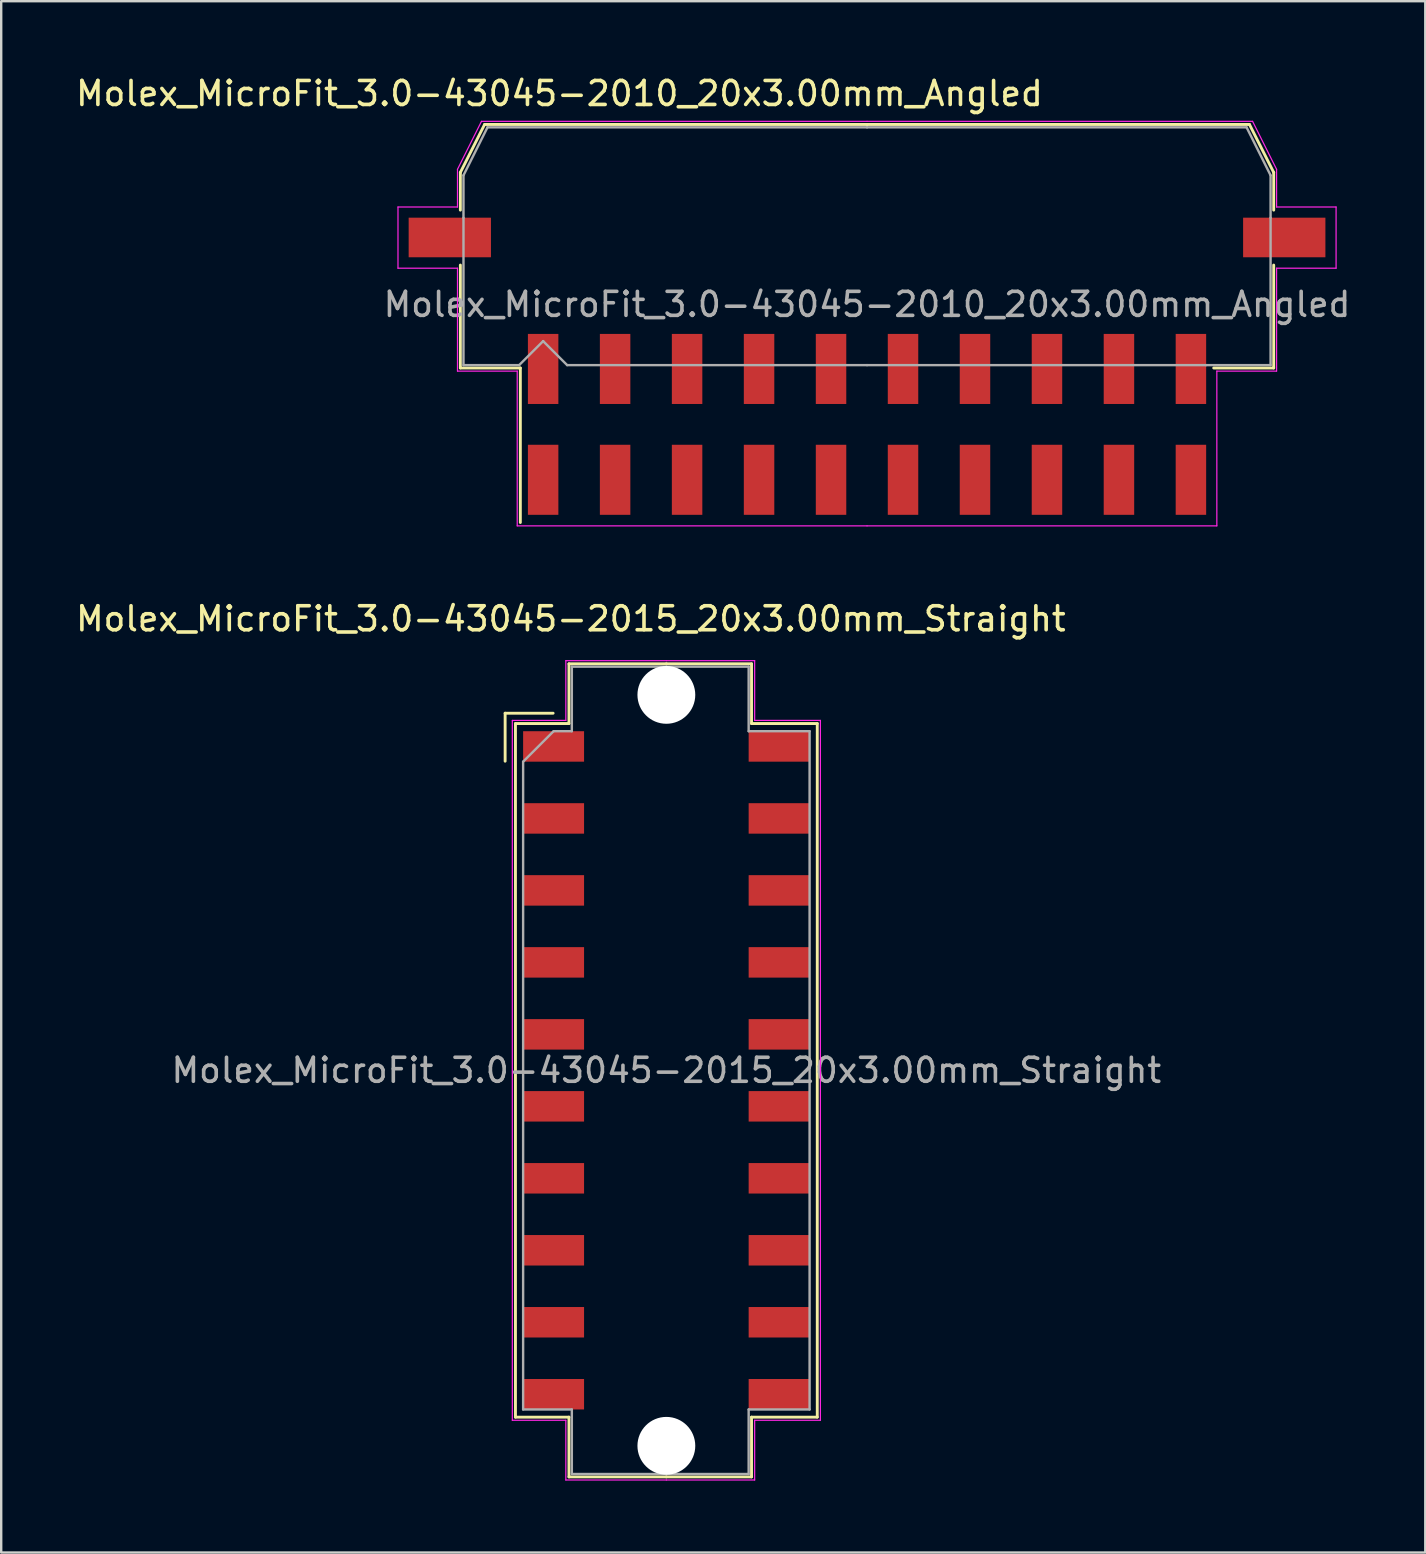
<source format=kicad_pcb>
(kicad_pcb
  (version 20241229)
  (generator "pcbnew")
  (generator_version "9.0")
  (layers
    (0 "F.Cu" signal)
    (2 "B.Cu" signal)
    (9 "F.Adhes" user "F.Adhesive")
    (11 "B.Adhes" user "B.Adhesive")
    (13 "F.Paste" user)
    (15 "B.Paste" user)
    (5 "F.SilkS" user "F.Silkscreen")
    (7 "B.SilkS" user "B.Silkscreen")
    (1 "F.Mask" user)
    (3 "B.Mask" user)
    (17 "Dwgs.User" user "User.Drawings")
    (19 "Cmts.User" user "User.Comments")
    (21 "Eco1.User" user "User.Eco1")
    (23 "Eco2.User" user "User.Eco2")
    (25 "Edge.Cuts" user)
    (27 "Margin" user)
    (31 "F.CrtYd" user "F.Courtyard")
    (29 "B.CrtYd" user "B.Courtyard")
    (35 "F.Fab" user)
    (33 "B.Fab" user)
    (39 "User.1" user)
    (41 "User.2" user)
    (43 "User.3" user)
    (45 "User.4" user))
  (footprint "Molex_MicroFit_3.0-43045-2010_20x3.00mm_Angled"
    (layer "F.Cu")
    (at 33.088 14.638)
    (property "Reference" "Molex_MicroFit_3.0-43045-2010_20x3.00mm_Angled" (at -12.82 -13.79 0) (layer "F.SilkS") (effects (font (size 1 1) (thickness 0.15))))
    (attr smd)
    (fp_line (start -16.95 -10.5) (end -16.95 -8.93) (stroke (width 0.12) (type solid)) (layer "F.SilkS"))
    (fp_line (start -16.95 -6.64) (end -16.95 -2.35) (stroke (width 0.12) (type solid)) (layer "F.SilkS"))
    (fp_line (start -16.95 -2.35) (end -14.45 -2.35) (stroke (width 0.12) (type solid)) (layer "F.SilkS"))
    (fp_line (start -15.94 -12.5) (end -16.95 -10.5) (stroke (width 0.12) (type solid)) (layer "F.SilkS"))
    (fp_line (start -14.45 -2.35) (end -14.45 4.09) (stroke (width 0.12) (type solid)) (layer "F.SilkS"))
    (fp_line (start 0 -12.5) (end -15.94 -12.5) (stroke (width 0.12) (type solid)) (layer "F.SilkS"))
    (fp_line (start 0 -12.5) (end 15.94 -12.5) (stroke (width 0.12) (type solid)) (layer "F.SilkS"))
    (fp_line (start 15.94 -12.5) (end 16.95 -10.5) (stroke (width 0.12) (type solid)) (layer "F.SilkS"))
    (fp_line (start 16.95 -10.5) (end 16.95 -8.93) (stroke (width 0.12) (type solid)) (layer "F.SilkS"))
    (fp_line (start 16.95 -6.64) (end 16.95 -2.35) (stroke (width 0.12) (type solid)) (layer "F.SilkS"))
    (fp_line (start 16.95 -2.35) (end 14.45 -2.35) (stroke (width 0.12) (type solid)) (layer "F.SilkS"))
    (fp_line (start -19.55 -9.06) (end -19.55 -6.51) (stroke (width 0.05) (type solid)) (layer "F.CrtYd"))
    (fp_line (start -19.55 -6.51) (end -17.07 -6.51) (stroke (width 0.05) (type solid)) (layer "F.CrtYd"))
    (fp_line (start -17.07 -10.63) (end -17.07 -9.06) (stroke (width 0.05) (type solid)) (layer "F.CrtYd"))
    (fp_line (start -17.07 -9.06) (end -19.55 -9.06) (stroke (width 0.05) (type solid)) (layer "F.CrtYd"))
    (fp_line (start -17.07 -6.51) (end -17.07 -2.22) (stroke (width 0.05) (type solid)) (layer "F.CrtYd"))
    (fp_line (start -17.07 -2.22) (end -14.58 -2.22) (stroke (width 0.05) (type solid)) (layer "F.CrtYd"))
    (fp_line (start -16.07 -12.63) (end -17.07 -10.63) (stroke (width 0.05) (type solid)) (layer "F.CrtYd"))
    (fp_line (start -14.58 -2.22) (end -14.58 4.23) (stroke (width 0.05) (type solid)) (layer "F.CrtYd"))
    (fp_line (start -14.58 4.23) (end 0 4.23) (stroke (width 0.05) (type solid)) (layer "F.CrtYd"))
    (fp_line (start 0 -12.63) (end -16.07 -12.63) (stroke (width 0.05) (type solid)) (layer "F.CrtYd"))
    (fp_line (start 0 -12.63) (end 16.07 -12.63) (stroke (width 0.05) (type solid)) (layer "F.CrtYd"))
    (fp_line (start 14.58 -2.22) (end 14.58 4.23) (stroke (width 0.05) (type solid)) (layer "F.CrtYd"))
    (fp_line (start 14.58 4.23) (end 0 4.23) (stroke (width 0.05) (type solid)) (layer "F.CrtYd"))
    (fp_line (start 16.07 -12.63) (end 17.07 -10.63) (stroke (width 0.05) (type solid)) (layer "F.CrtYd"))
    (fp_line (start 17.07 -10.63) (end 17.07 -9.06) (stroke (width 0.05) (type solid)) (layer "F.CrtYd"))
    (fp_line (start 17.07 -9.06) (end 19.55 -9.06) (stroke (width 0.05) (type solid)) (layer "F.CrtYd"))
    (fp_line (start 17.07 -6.51) (end 17.07 -2.22) (stroke (width 0.05) (type solid)) (layer "F.CrtYd"))
    (fp_line (start 17.07 -2.22) (end 14.58 -2.22) (stroke (width 0.05) (type solid)) (layer "F.CrtYd"))
    (fp_line (start 19.55 -9.06) (end 19.55 -6.51) (stroke (width 0.05) (type solid)) (layer "F.CrtYd"))
    (fp_line (start 19.55 -6.51) (end 17.07 -6.51) (stroke (width 0.05) (type solid)) (layer "F.CrtYd"))
    (fp_line (start -16.82 -10.38) (end -16.82 -8.61) (stroke (width 0.1) (type solid)) (layer "F.Fab"))
    (fp_line (start -16.82 -8.61) (end -16.82 -2.47) (stroke (width 0.1) (type solid)) (layer "F.Fab"))
    (fp_line (start -16.82 -2.47) (end -14.5 -2.47) (stroke (width 0.1) (type solid)) (layer "F.Fab"))
    (fp_line (start -15.82 -12.38) (end -16.82 -10.38) (stroke (width 0.1) (type solid)) (layer "F.Fab"))
    (fp_line (start -14.5 -2.47) (end -13.5 -3.47) (stroke (width 0.1) (type solid)) (layer "F.Fab"))
    (fp_line (start -13.5 -3.47) (end -12.5 -2.47) (stroke (width 0.1) (type solid)) (layer "F.Fab"))
    (fp_line (start -12.5 -2.47) (end 0 -2.47) (stroke (width 0.1) (type solid)) (layer "F.Fab"))
    (fp_line (start 0 -12.38) (end -15.82 -12.38) (stroke (width 0.1) (type solid)) (layer "F.Fab"))
    (fp_line (start 0 -12.38) (end 15.82 -12.38) (stroke (width 0.1) (type solid)) (layer "F.Fab"))
    (fp_line (start 14.13 -2.47) (end 0 -2.47) (stroke (width 0.1) (type solid)) (layer "F.Fab"))
    (fp_line (start 15.82 -12.38) (end 16.82 -10.38) (stroke (width 0.1) (type solid)) (layer "F.Fab"))
    (fp_line (start 16.82 -10.38) (end 16.82 -8.61) (stroke (width 0.1) (type solid)) (layer "F.Fab"))
    (fp_line (start 16.82 -8.61) (end 16.82 -2.47) (stroke (width 0.1) (type solid)) (layer "F.Fab"))
    (fp_line (start 16.82 -2.47) (end 14.13 -2.47) (stroke (width 0.1) (type solid)) (layer "F.Fab"))
    (fp_text user "${REFERENCE}" (at 0 -5 0) (layer "F.Fab") (effects (font (size 1 1) (thickness 0.15))))
    (pad "" smd rect (at -17.39 -7.79) (size 3.43 1.65) (layers "F.Cu" "F.Mask" "F.Paste"))
    (pad "" smd rect (at 17.39 -7.79) (size 3.43 1.65) (layers "F.Cu" "F.Mask" "F.Paste"))
    (pad "1" smd rect (at -13.5 -2.31) (size 1.27 2.92) (layers "F.Cu" "F.Mask" "F.Paste"))
    (pad "2" smd rect (at -10.5 -2.31) (size 1.27 2.92) (layers "F.Cu" "F.Mask" "F.Paste"))
    (pad "3" smd rect (at -7.5 -2.31) (size 1.27 2.92) (layers "F.Cu" "F.Mask" "F.Paste"))
    (pad "4" smd rect (at -4.5 -2.31) (size 1.27 2.92) (layers "F.Cu" "F.Mask" "F.Paste"))
    (pad "5" smd rect (at -1.5 -2.31) (size 1.27 2.92) (layers "F.Cu" "F.Mask" "F.Paste"))
    (pad "6" smd rect (at 1.5 -2.31) (size 1.27 2.92) (layers "F.Cu" "F.Mask" "F.Paste"))
    (pad "7" smd rect (at 4.5 -2.31) (size 1.27 2.92) (layers "F.Cu" "F.Mask" "F.Paste"))
    (pad "8" smd rect (at 7.5 -2.31) (size 1.27 2.92) (layers "F.Cu" "F.Mask" "F.Paste"))
    (pad "9" smd rect (at 10.5 -2.31) (size 1.27 2.92) (layers "F.Cu" "F.Mask" "F.Paste"))
    (pad "10" smd rect (at 13.5 -2.31) (size 1.27 2.92) (layers "F.Cu" "F.Mask" "F.Paste"))
    (pad "11" smd rect (at 13.5 2.31) (size 1.27 2.92) (layers "F.Cu" "F.Mask" "F.Paste"))
    (pad "12" smd rect (at 10.5 2.31) (size 1.27 2.92) (layers "F.Cu" "F.Mask" "F.Paste"))
    (pad "13" smd rect (at 7.5 2.31) (size 1.27 2.92) (layers "F.Cu" "F.Mask" "F.Paste"))
    (pad "14" smd rect (at 4.5 2.31) (size 1.27 2.92) (layers "F.Cu" "F.Mask" "F.Paste"))
    (pad "15" smd rect (at 1.5 2.31) (size 1.27 2.92) (layers "F.Cu" "F.Mask" "F.Paste"))
    (pad "16" smd rect (at -1.5 2.31) (size 1.27 2.92) (layers "F.Cu" "F.Mask" "F.Paste"))
    (pad "17" smd rect (at -4.5 2.31) (size 1.27 2.92) (layers "F.Cu" "F.Mask" "F.Paste"))
    (pad "18" smd rect (at -7.5 2.31) (size 1.27 2.92) (layers "F.Cu" "F.Mask" "F.Paste"))
    (pad "19" smd rect (at -10.5 2.31) (size 1.27 2.92) (layers "F.Cu" "F.Mask" "F.Paste"))
    (pad "20" smd rect (at -13.5 2.31) (size 1.27 2.92) (layers "F.Cu" "F.Mask" "F.Paste")))
  (footprint "Molex_MicroFit_3.0-43045-2015_20x3.00mm_Straight"
    (layer "F.Cu")
    (at 24.724 41.562)
    (property "Reference" "Molex_MicroFit_3.0-43045-2015_20x3.00mm_Straight" (at -3.98 -18.82 0) (layer "F.SilkS") (effects (font (size 1 1) (thickness 0.15))))
    (attr smd)
    (fp_line (start -6.72 -14.885) (end -6.72 -12.885) (stroke (width 0.12) (type solid)) (layer "F.SilkS"))
    (fp_line (start -6.29 -14.455) (end -4.06 -14.455) (stroke (width 0.12) (type solid)) (layer "F.SilkS"))
    (fp_line (start -6.29 14.455) (end -6.29 -14.455) (stroke (width 0.12) (type solid)) (layer "F.SilkS"))
    (fp_line (start -4.72 -14.885) (end -6.72 -14.885) (stroke (width 0.12) (type solid)) (layer "F.SilkS"))
    (fp_line (start -4.06 -16.945) (end 0 -16.945) (stroke (width 0.12) (type solid)) (layer "F.SilkS"))
    (fp_line (start -4.06 -14.455) (end -4.06 -16.945) (stroke (width 0.12) (type solid)) (layer "F.SilkS"))
    (fp_line (start -4.06 14.455) (end -6.29 14.455) (stroke (width 0.12) (type solid)) (layer "F.SilkS"))
    (fp_line (start -4.06 16.945) (end -4.06 14.455) (stroke (width 0.12) (type solid)) (layer "F.SilkS"))
    (fp_line (start 0 -16.945) (end 3.55 -16.945) (stroke (width 0.12) (type solid)) (layer "F.SilkS"))
    (fp_line (start 0 16.945) (end -4.06 16.945) (stroke (width 0.12) (type solid)) (layer "F.SilkS"))
    (fp_line (start 3.55 -16.945) (end 3.55 -14.455) (stroke (width 0.12) (type solid)) (layer "F.SilkS"))
    (fp_line (start 3.55 -14.455) (end 6.29 -14.455) (stroke (width 0.12) (type solid)) (layer "F.SilkS"))
    (fp_line (start 3.55 14.455) (end 3.55 16.945) (stroke (width 0.12) (type solid)) (layer "F.SilkS"))
    (fp_line (start 3.55 16.945) (end 0 16.945) (stroke (width 0.12) (type solid)) (layer "F.SilkS"))
    (fp_line (start 6.29 -14.455) (end 6.29 14.455) (stroke (width 0.12) (type solid)) (layer "F.SilkS"))
    (fp_line (start 6.29 14.455) (end 3.55 14.455) (stroke (width 0.12) (type solid)) (layer "F.SilkS"))
    (fp_line (start -6.42 -14.585) (end -4.19 -14.585) (stroke (width 0.05) (type solid)) (layer "F.CrtYd"))
    (fp_line (start -6.42 14.585) (end -6.42 -14.585) (stroke (width 0.05) (type solid)) (layer "F.CrtYd"))
    (fp_line (start -4.19 -17.075) (end 0 -17.075) (stroke (width 0.05) (type solid)) (layer "F.CrtYd"))
    (fp_line (start -4.19 -14.585) (end -4.19 -17.075) (stroke (width 0.05) (type solid)) (layer "F.CrtYd"))
    (fp_line (start -4.19 14.585) (end -6.42 14.585) (stroke (width 0.05) (type solid)) (layer "F.CrtYd"))
    (fp_line (start -4.19 17.075) (end -4.19 14.585) (stroke (width 0.05) (type solid)) (layer "F.CrtYd"))
    (fp_line (start 0 -17.075) (end 3.68 -17.075) (stroke (width 0.05) (type solid)) (layer "F.CrtYd"))
    (fp_line (start 0 17.075) (end -4.19 17.075) (stroke (width 0.05) (type solid)) (layer "F.CrtYd"))
    (fp_line (start 3.68 -17.075) (end 3.68 -14.585) (stroke (width 0.05) (type solid)) (layer "F.CrtYd"))
    (fp_line (start 3.68 -14.585) (end 6.42 -14.585) (stroke (width 0.05) (type solid)) (layer "F.CrtYd"))
    (fp_line (start 3.68 14.585) (end 3.68 17.075) (stroke (width 0.05) (type solid)) (layer "F.CrtYd"))
    (fp_line (start 3.68 17.075) (end 0 17.075) (stroke (width 0.05) (type solid)) (layer "F.CrtYd"))
    (fp_line (start 6.42 -14.585) (end 6.42 14.585) (stroke (width 0.05) (type solid)) (layer "F.CrtYd"))
    (fp_line (start 6.42 14.585) (end 3.68 14.585) (stroke (width 0.05) (type solid)) (layer "F.CrtYd"))
    (fp_line (start -5.97 -12.865) (end -4.7 -14.135) (stroke (width 0.1) (type solid)) (layer "F.Fab"))
    (fp_line (start -5.97 14.135) (end -5.97 -12.865) (stroke (width 0.1) (type solid)) (layer "F.Fab"))
    (fp_line (start -4.7 -14.135) (end -3.94 -14.135) (stroke (width 0.1) (type solid)) (layer "F.Fab"))
    (fp_line (start -3.94 -16.825) (end 0 -16.825) (stroke (width 0.1) (type solid)) (layer "F.Fab"))
    (fp_line (start -3.94 -14.135) (end -3.94 -16.825) (stroke (width 0.1) (type solid)) (layer "F.Fab"))
    (fp_line (start -3.94 14.135) (end -5.97 14.135) (stroke (width 0.1) (type solid)) (layer "F.Fab"))
    (fp_line (start -3.94 16.825) (end -3.94 14.135) (stroke (width 0.1) (type solid)) (layer "F.Fab"))
    (fp_line (start 0 -16.825) (end 3.43 -16.825) (stroke (width 0.1) (type solid)) (layer "F.Fab"))
    (fp_line (start 0 16.825) (end -3.94 16.825) (stroke (width 0.1) (type solid)) (layer "F.Fab"))
    (fp_line (start 3.43 -16.825) (end 3.43 -14.135) (stroke (width 0.1) (type solid)) (layer "F.Fab"))
    (fp_line (start 3.43 -14.135) (end 5.97 -14.135) (stroke (width 0.1) (type solid)) (layer "F.Fab"))
    (fp_line (start 3.43 14.135) (end 3.43 16.825) (stroke (width 0.1) (type solid)) (layer "F.Fab"))
    (fp_line (start 3.43 16.825) (end 0 16.825) (stroke (width 0.1) (type solid)) (layer "F.Fab"))
    (fp_line (start 5.97 -14.135) (end 5.97 14.135) (stroke (width 0.1) (type solid)) (layer "F.Fab"))
    (fp_line (start 5.97 14.135) (end 3.43 14.135) (stroke (width 0.1) (type solid)) (layer "F.Fab"))
    (fp_text user "${REFERENCE}" (at 0 0 0) (layer "F.Fab") (effects (font (size 1 1) (thickness 0.15))))
    (pad "" np_thru_hole circle (at 0 -15.65) (size 2.41 2.41) (drill 2.41) (layers "*.Cu"))
    (pad "" np_thru_hole circle (at 0 15.65) (size 2.41 2.41) (drill 2.41) (layers "*.Cu"))
    (pad "1" smd rect (at -4.7 -13.5) (size 2.54 1.27) (layers "F.Cu" "F.Mask" "F.Paste"))
    (pad "2" smd rect (at -4.7 -10.5) (size 2.54 1.27) (layers "F.Cu" "F.Mask" "F.Paste"))
    (pad "3" smd rect (at -4.7 -7.5) (size 2.54 1.27) (layers "F.Cu" "F.Mask" "F.Paste"))
    (pad "4" smd rect (at -4.7 -4.5) (size 2.54 1.27) (layers "F.Cu" "F.Mask" "F.Paste"))
    (pad "5" smd rect (at -4.7 -1.5) (size 2.54 1.27) (layers "F.Cu" "F.Mask" "F.Paste"))
    (pad "6" smd rect (at -4.7 1.5) (size 2.54 1.27) (layers "F.Cu" "F.Mask" "F.Paste"))
    (pad "7" smd rect (at -4.7 4.5) (size 2.54 1.27) (layers "F.Cu" "F.Mask" "F.Paste"))
    (pad "8" smd rect (at -4.7 7.5) (size 2.54 1.27) (layers "F.Cu" "F.Mask" "F.Paste"))
    (pad "9" smd rect (at -4.7 10.5) (size 2.54 1.27) (layers "F.Cu" "F.Mask" "F.Paste"))
    (pad "10" smd rect (at -4.7 13.5) (size 2.54 1.27) (layers "F.Cu" "F.Mask" "F.Paste"))
    (pad "11" smd rect (at 4.7 13.5) (size 2.54 1.27) (layers "F.Cu" "F.Mask" "F.Paste"))
    (pad "12" smd rect (at 4.7 10.5) (size 2.54 1.27) (layers "F.Cu" "F.Mask" "F.Paste"))
    (pad "13" smd rect (at 4.7 7.5) (size 2.54 1.27) (layers "F.Cu" "F.Mask" "F.Paste"))
    (pad "14" smd rect (at 4.7 4.5) (size 2.54 1.27) (layers "F.Cu" "F.Mask" "F.Paste"))
    (pad "15" smd rect (at 4.7 1.5) (size 2.54 1.27) (layers "F.Cu" "F.Mask" "F.Paste"))
    (pad "16" smd rect (at 4.7 -1.5) (size 2.54 1.27) (layers "F.Cu" "F.Mask" "F.Paste"))
    (pad "17" smd rect (at 4.7 -4.5) (size 2.54 1.27) (layers "F.Cu" "F.Mask" "F.Paste"))
    (pad "18" smd rect (at 4.7 -7.5) (size 2.54 1.27) (layers "F.Cu" "F.Mask" "F.Paste"))
    (pad "19" smd rect (at 4.7 -10.5) (size 2.54 1.27) (layers "F.Cu" "F.Mask" "F.Paste"))
    (pad "20" smd rect (at 4.7 -13.5) (size 2.54 1.27) (layers "F.Cu" "F.Mask" "F.Paste")))
  (gr_rect
    (start -3 -3)
    (end 56.356 61.661)
    (stroke (width 0.1) (type default))
    (fill no)
    (layer "Edge.Cuts")))
</source>
